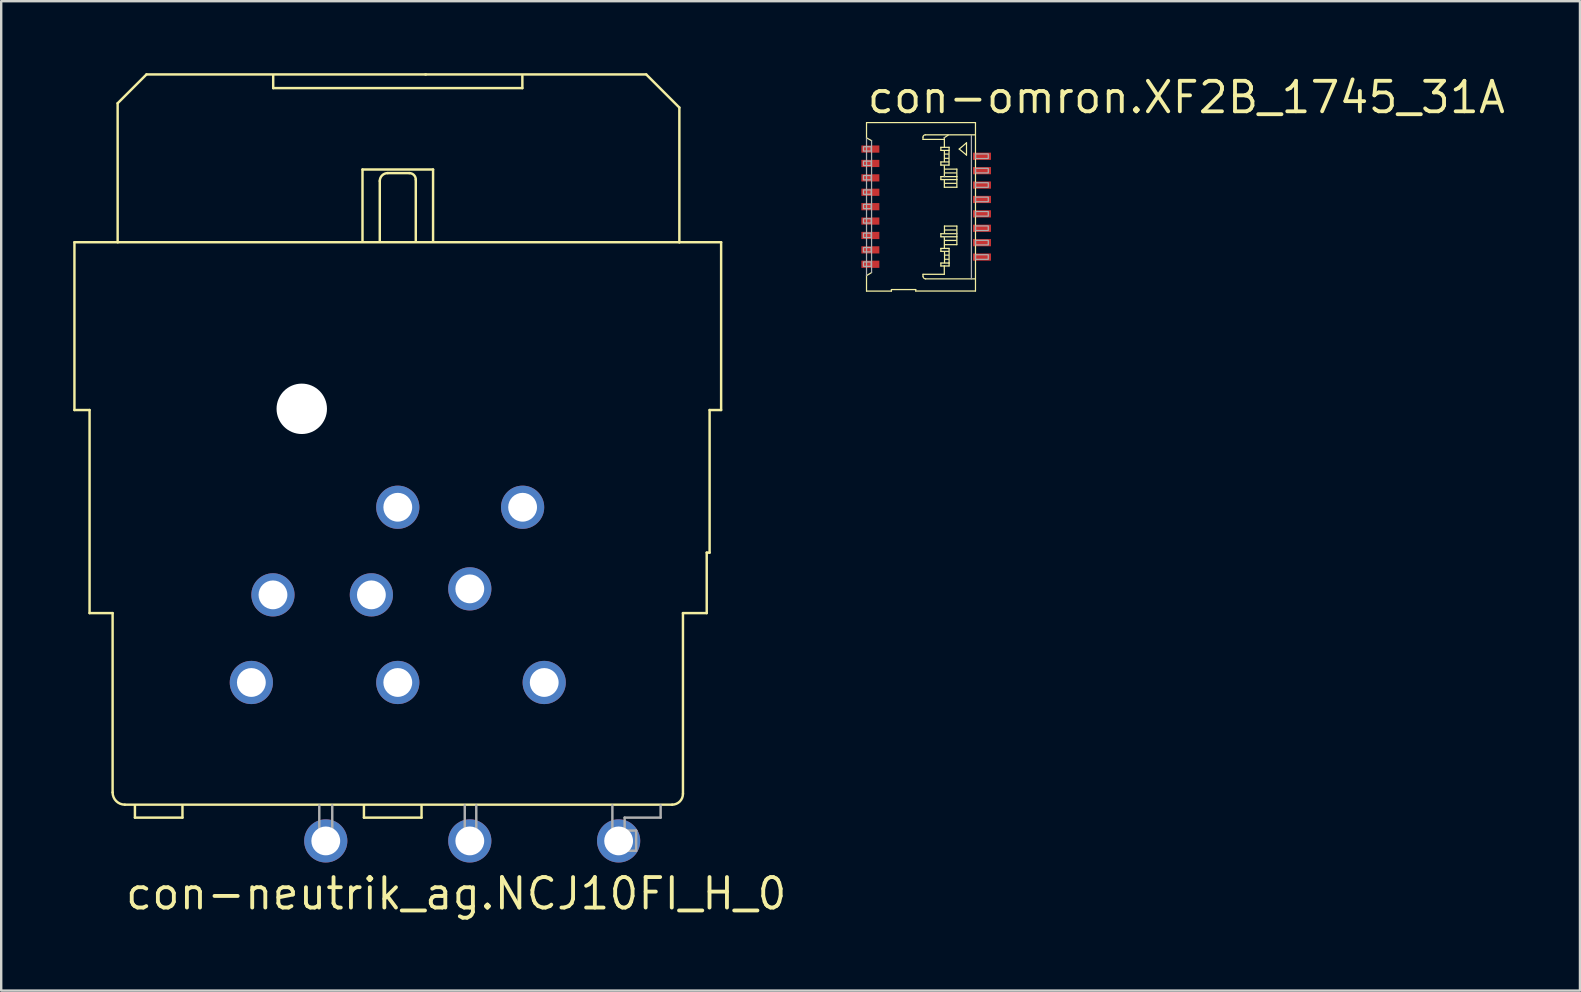
<source format=kicad_pcb>
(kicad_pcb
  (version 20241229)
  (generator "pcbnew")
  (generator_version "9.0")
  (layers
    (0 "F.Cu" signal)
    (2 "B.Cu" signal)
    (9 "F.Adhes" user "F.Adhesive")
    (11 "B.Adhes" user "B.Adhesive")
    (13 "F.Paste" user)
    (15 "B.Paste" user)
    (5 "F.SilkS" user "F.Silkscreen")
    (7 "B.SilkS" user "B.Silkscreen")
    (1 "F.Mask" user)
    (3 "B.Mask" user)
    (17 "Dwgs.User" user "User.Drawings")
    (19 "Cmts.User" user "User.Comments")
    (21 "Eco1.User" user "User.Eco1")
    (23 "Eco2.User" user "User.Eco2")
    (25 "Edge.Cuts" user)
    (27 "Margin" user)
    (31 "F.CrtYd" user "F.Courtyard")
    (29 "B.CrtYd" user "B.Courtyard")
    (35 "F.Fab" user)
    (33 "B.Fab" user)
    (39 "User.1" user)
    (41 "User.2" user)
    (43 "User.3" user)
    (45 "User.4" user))
  (footprint "con-neutrik_ag.NCJ10FI_H_0"
    (layer "F.Cu")
    (at 13.521 6.981)
    (property "Reference" "con-neutrik_ag.NCJ10FI_H_0" (at -11.43 27.94 0) (layer "F.SilkS") (effects (font (size 1.27 1.27) (thickness 0.16)) (justify left bottom)))
    (attr through_hole)
    (fp_line (start -13.47 0.06) (end -13.47 7.05) (stroke (width 0.102) (type default)) (layer "F.SilkS"))
    (fp_line (start -13.47 7.05) (end -12.84 7.05) (stroke (width 0.102) (type default)) (layer "F.SilkS"))
    (fp_line (start -12.84 7.05) (end -12.84 15.51) (stroke (width 0.102) (type default)) (layer "F.SilkS"))
    (fp_line (start -12.84 15.51) (end -11.88 15.51) (stroke (width 0.102) (type default)) (layer "F.SilkS"))
    (fp_line (start -11.88 15.51) (end -11.88 22.98) (stroke (width 0.102) (type default)) (layer "F.SilkS"))
    (fp_line (start -11.67 -5.73) (end -11.67 0.06) (stroke (width 0.102) (type default)) (layer "F.SilkS"))
    (fp_line (start -11.67 0.06) (end -13.47 0.06) (stroke (width 0.102) (type default)) (layer "F.SilkS"))
    (fp_line (start -11.37 23.49) (end 11.43 23.49) (stroke (width 0.102) (type default)) (layer "F.SilkS"))
    (fp_line (start -10.95 24.03) (end -10.95 23.52) (stroke (width 0.102) (type default)) (layer "F.SilkS"))
    (fp_line (start -10.47 -6.93) (end -11.67 -5.73) (stroke (width 0.102) (type default)) (layer "F.SilkS"))
    (fp_line (start -8.97 23.55) (end -8.97 24.03) (stroke (width 0.102) (type default)) (layer "F.SilkS"))
    (fp_line (start -8.97 24.03) (end -10.95 24.03) (stroke (width 0.102) (type default)) (layer "F.SilkS"))
    (fp_line (start -5.19 -6.9) (end -5.19 -6.36) (stroke (width 0.102) (type default)) (layer "F.SilkS"))
    (fp_line (start -5.19 -6.36) (end 5.19 -6.36) (stroke (width 0.102) (type default)) (layer "F.SilkS"))
    (fp_line (start -1.47 -2.97) (end -1.47 0.03) (stroke (width 0.102) (type default)) (layer "F.SilkS"))
    (fp_line (start -1.41 24.03) (end -1.41 23.52) (stroke (width 0.102) (type default)) (layer "F.SilkS"))
    (fp_line (start -0.75 -2.49) (end -0.75 0) (stroke (width 0.102) (type default)) (layer "F.SilkS"))
    (fp_line (start 0.48 -2.82) (end -0.42 -2.82) (stroke (width 0.102) (type default)) (layer "F.SilkS"))
    (fp_line (start 0.75 0) (end 0.75 -2.55) (stroke (width 0.102) (type default)) (layer "F.SilkS"))
    (fp_line (start 0.99 23.55) (end 0.99 24.03) (stroke (width 0.102) (type default)) (layer "F.SilkS"))
    (fp_line (start 0.99 24.03) (end -1.41 24.03) (stroke (width 0.102) (type default)) (layer "F.SilkS"))
    (fp_line (start 1.17 -6.93) (end -10.47 -6.93) (stroke (width 0.102) (type default)) (layer "F.SilkS"))
    (fp_line (start 1.47 -2.97) (end -1.47 -2.97) (stroke (width 0.102) (type default)) (layer "F.SilkS"))
    (fp_line (start 1.47 0.03) (end 1.47 -2.97) (stroke (width 0.102) (type default)) (layer "F.SilkS"))
    (fp_line (start 5.19 -6.36) (end 5.19 -6.87) (stroke (width 0.102) (type default)) (layer "F.SilkS"))
    (fp_line (start 10.35 -6.93) (end 1.15 -6.93) (stroke (width 0.102) (type default)) (layer "F.SilkS"))
    (fp_line (start 11.73 -5.55) (end 10.35 -6.93) (stroke (width 0.102) (type default)) (layer "F.SilkS"))
    (fp_line (start 11.73 0.06) (end -11.64 0.06) (stroke (width 0.102) (type default)) (layer "F.SilkS"))
    (fp_line (start 11.73 0.06) (end 11.73 -5.55) (stroke (width 0.102) (type default)) (layer "F.SilkS"))
    (fp_line (start 11.88 15.51) (end 12.87 15.51) (stroke (width 0.102) (type default)) (layer "F.SilkS"))
    (fp_line (start 11.88 23.04) (end 11.88 15.51) (stroke (width 0.102) (type default)) (layer "F.SilkS"))
    (fp_line (start 12.87 12.99) (end 12.99 12.99) (stroke (width 0.102) (type default)) (layer "F.SilkS"))
    (fp_line (start 12.87 15.51) (end 12.87 12.99) (stroke (width 0.102) (type default)) (layer "F.SilkS"))
    (fp_line (start 12.99 7.05) (end 13.47 7.05) (stroke (width 0.102) (type default)) (layer "F.SilkS"))
    (fp_line (start 12.99 12.99) (end 12.99 7.05) (stroke (width 0.102) (type default)) (layer "F.SilkS"))
    (fp_line (start 13.47 0.06) (end 11.73 0.06) (stroke (width 0.102) (type default)) (layer "F.SilkS"))
    (fp_line (start 13.47 7.05) (end 13.47 0.06) (stroke (width 0.102) (type default)) (layer "F.SilkS"))
    (fp_arc (start -11.37 23.49) (mid -11.730624 23.340624) (end -11.88 22.98) (stroke (width 0.1016) (type default)) (layer "F.SilkS"))
    (fp_arc (start -0.75 -2.49) (mid -0.653345 -2.723345) (end -0.42 -2.82) (stroke (width 0.1016) (type default)) (layer "F.SilkS"))
    (fp_arc (start 0.48 -2.82) (mid 0.670919 -2.740919) (end 0.75 -2.55) (stroke (width 0.1016) (type default)) (layer "F.SilkS"))
    (fp_arc (start 11.88 23.04) (mid 11.748198 23.358198) (end 11.43 23.49) (stroke (width 0.1016) (type default)) (layer "F.SilkS"))
    (fp_line (start -3.27 25.41) (end -3.27 23.52) (stroke (width 0.102) (type default)) (layer "F.Fab"))
    (fp_line (start -2.73 23.52) (end -2.73 25.41) (stroke (width 0.102) (type default)) (layer "F.Fab"))
    (fp_line (start -2.73 25.41) (end -3.27 25.41) (stroke (width 0.102) (type default)) (layer "F.Fab"))
    (fp_line (start 2.79 25.41) (end 2.79 23.52) (stroke (width 0.102) (type default)) (layer "F.Fab"))
    (fp_line (start 3.27 23.52) (end 3.27 25.41) (stroke (width 0.102) (type default)) (layer "F.Fab"))
    (fp_line (start 3.27 25.41) (end 2.79 25.41) (stroke (width 0.102) (type default)) (layer "F.Fab"))
    (fp_line (start 8.94 23.52) (end 8.94 25.41) (stroke (width 0.102) (type default)) (layer "F.Fab"))
    (fp_line (start 8.94 25.41) (end 9.93 25.41) (stroke (width 0.102) (type default)) (layer "F.Fab"))
    (fp_line (start 9.45 24.03) (end 10.95 24.03) (stroke (width 0.102) (type default)) (layer "F.Fab"))
    (fp_line (start 9.45 24.57) (end 9.45 24.03) (stroke (width 0.102) (type default)) (layer "F.Fab"))
    (fp_line (start 9.93 24.57) (end 9.45 24.57) (stroke (width 0.102) (type default)) (layer "F.Fab"))
    (fp_line (start 9.93 25.41) (end 9.93 24.57) (stroke (width 0.102) (type default)) (layer "F.Fab"))
    (fp_line (start 10.95 24.03) (end 10.95 23.52) (stroke (width 0.102) (type default)) (layer "F.Fab"))
    (pad "" np_thru_hole circle (at -4 7) (size 2.1 2.1) (drill 2.1) (layers "*.Cu" "*.Mask"))
    (pad "1" thru_hole circle (at -6.1 18.4) (size 1.8 1.8) (drill 1.2) (layers "*.Cu" "*.Mask"))
    (pad "2" thru_hole circle (at 6.1 18.4) (size 1.8 1.8) (drill 1.2) (layers "*.Cu" "*.Mask"))
    (pad "3" thru_hole circle (at 0 18.4) (size 1.8 1.8) (drill 1.2) (layers "*.Cu" "*.Mask"))
    (pad "G" thru_hole circle (at 0 11.1) (size 1.8 1.8) (drill 1.2) (layers "*.Cu" "*.Mask"))
    (pad "GN" thru_hole circle (at -1.1 14.75) (size 1.8 1.8) (drill 1.2) (layers "*.Cu" "*.Mask"))
    (pad "R" thru_hole circle (at -5.2 14.75) (size 1.8 1.8) (drill 1.2) (layers "*.Cu" "*.Mask"))
    (pad "RS" thru_hole circle (at -3 25) (size 1.8 1.8) (drill 1.2) (layers "*.Cu" "*.Mask"))
    (pad "S" thru_hole circle (at 5.2 11.1) (size 1.8 1.8) (drill 1.2) (layers "*.Cu" "*.Mask"))
    (pad "SS" thru_hole circle (at 3 14.5) (size 1.8 1.8) (drill 1.2) (layers "*.Cu" "*.Mask"))
    (pad "T" thru_hole circle (at 9.2 25) (size 1.8 1.8) (drill 1.2) (layers "*.Cu" "*.Mask"))
    (pad "TS" thru_hole circle (at 3 25) (size 1.8 1.8) (drill 1.2) (layers "*.Cu" "*.Mask")))
  (footprint "con-omron.XF2B_1745_31A"
    (layer "F.Cu")
    (at 35.533 5.56)
    (property "Reference" "con-omron.XF2B_1745_31A" (at -2.54 -3.81 0) (layer "F.SilkS") (effects (font (size 1.27 1.27) (thickness 0.16)) (justify left bottom)))
    (attr smd)
    (fp_line (start -2.485 -3.503) (end -2.485 -2.867) (stroke (width 0.051) (type default)) (layer "F.SilkS"))
    (fp_line (start -2.485 -2.867) (end -2.275 -2.75) (stroke (width 0.051) (type default)) (layer "F.SilkS"))
    (fp_line (start -2.485 2.871) (end -2.485 3.517) (stroke (width 0.051) (type default)) (layer "F.SilkS"))
    (fp_line (start -2.485 3.517) (end -1.448 3.517) (stroke (width 0.051) (type default)) (layer "F.SilkS"))
    (fp_line (start -2.275 2.745) (end -2.485 2.871) (stroke (width 0.051) (type default)) (layer "F.SilkS"))
    (fp_line (start -1.448 3.453) (end -0.435 3.453) (stroke (width 0.051) (type default)) (layer "F.SilkS"))
    (fp_line (start -1.448 3.517) (end -1.448 3.453) (stroke (width 0.051) (type default)) (layer "F.SilkS"))
    (fp_line (start -0.435 3.453) (end -0.435 3.514) (stroke (width 0.051) (type default)) (layer "F.SilkS"))
    (fp_line (start -0.435 3.514) (end 2.054 3.514) (stroke (width 0.051) (type default)) (layer "F.SilkS"))
    (fp_line (start -0.133 -2.898) (end -0.133 -2.803) (stroke (width 0.051) (type default)) (layer "F.SilkS"))
    (fp_line (start -0.133 -2.803) (end 0.755 -2.803) (stroke (width 0.051) (type default)) (layer "F.SilkS"))
    (fp_line (start -0.133 2.817) (end 0.755 2.817) (stroke (width 0.051) (type default)) (layer "F.SilkS"))
    (fp_line (start -0.133 2.898) (end -0.133 2.817) (stroke (width 0.051) (type default)) (layer "F.SilkS"))
    (fp_line (start 0.612 -2.473) (end 0.738 -2.473) (stroke (width 0.051) (type default)) (layer "F.SilkS"))
    (fp_line (start 0.612 -2.344) (end 0.612 -2.473) (stroke (width 0.051) (type default)) (layer "F.SilkS"))
    (fp_line (start 0.612 -1.864) (end 0.945 -1.864) (stroke (width 0.051) (type default)) (layer "F.SilkS"))
    (fp_line (start 0.612 -1.732) (end 0.612 -1.864) (stroke (width 0.051) (type default)) (layer "F.SilkS"))
    (fp_line (start 0.612 -1.252) (end 0.612 -1.13) (stroke (width 0.051) (type default)) (layer "F.SilkS"))
    (fp_line (start 0.612 -1.252) (end 1.278 -1.252) (stroke (width 0.051) (type default)) (layer "F.SilkS"))
    (fp_line (start 0.612 -1.13) (end 1.278 -1.13) (stroke (width 0.051) (type default)) (layer "F.SilkS"))
    (fp_line (start 0.612 1.127) (end 1.278 1.127) (stroke (width 0.051) (type default)) (layer "F.SilkS"))
    (fp_line (start 0.612 1.253) (end 0.612 1.127) (stroke (width 0.051) (type default)) (layer "F.SilkS"))
    (fp_line (start 0.612 1.739) (end 0.612 1.861) (stroke (width 0.051) (type default)) (layer "F.SilkS"))
    (fp_line (start 0.612 1.861) (end 0.938 1.861) (stroke (width 0.051) (type default)) (layer "F.SilkS"))
    (fp_line (start 0.612 2.348) (end 0.955 2.348) (stroke (width 0.051) (type default)) (layer "F.SilkS"))
    (fp_line (start 0.612 2.47) (end 0.612 2.348) (stroke (width 0.051) (type default)) (layer "F.SilkS"))
    (fp_line (start 0.755 -2.803) (end 0.755 -2.874) (stroke (width 0.051) (type default)) (layer "F.SilkS"))
    (fp_line (start 0.755 2.47) (end 0.612 2.47) (stroke (width 0.051) (type default)) (layer "F.SilkS"))
    (fp_line (start 0.755 2.817) (end 0.755 2.47) (stroke (width 0.051) (type default)) (layer "F.SilkS"))
    (fp_line (start 0.758 -2.874) (end 0.918 -2.983) (stroke (width 0.051) (type default)) (layer "F.SilkS"))
    (fp_line (start 0.758 -2.796) (end 0.758 -2.473) (stroke (width 0.051) (type default)) (layer "F.SilkS"))
    (fp_line (start 0.758 -2.473) (end 0.955 -2.473) (stroke (width 0.051) (type default)) (layer "F.SilkS"))
    (fp_line (start 0.758 -2.316) (end 0.758 -1.874) (stroke (width 0.051) (type default)) (layer "F.SilkS"))
    (fp_line (start 0.758 -1.708) (end 0.758 -1.252) (stroke (width 0.051) (type default)) (layer "F.SilkS"))
    (fp_line (start 0.758 -0.81) (end 0.758 -1.106) (stroke (width 0.051) (type default)) (layer "F.SilkS"))
    (fp_line (start 0.758 1.253) (end 1.278 1.253) (stroke (width 0.051) (type default)) (layer "F.SilkS"))
    (fp_line (start 0.758 1.712) (end 0.758 1.253) (stroke (width 0.051) (type default)) (layer "F.SilkS"))
    (fp_line (start 0.762 0.807) (end 0.762 1.103) (stroke (width 0.051) (type default)) (layer "F.SilkS"))
    (fp_line (start 0.762 1.253) (end 0.612 1.253) (stroke (width 0.051) (type default)) (layer "F.SilkS"))
    (fp_line (start 0.765 1.889) (end 0.765 2.337) (stroke (width 0.051) (type default)) (layer "F.SilkS"))
    (fp_line (start 0.785 -2.191) (end 0.925 -2.191) (stroke (width 0.051) (type default)) (layer "F.SilkS"))
    (fp_line (start 0.785 -2.014) (end 0.928 -2.014) (stroke (width 0.051) (type default)) (layer "F.SilkS"))
    (fp_line (start 0.785 -1.405) (end 1.255 -1.405) (stroke (width 0.051) (type default)) (layer "F.SilkS"))
    (fp_line (start 0.785 -0.973) (end 1.251 -0.973) (stroke (width 0.051) (type default)) (layer "F.SilkS"))
    (fp_line (start 0.785 1.406) (end 1.251 1.406) (stroke (width 0.051) (type default)) (layer "F.SilkS"))
    (fp_line (start 0.789 0.971) (end 1.255 0.971) (stroke (width 0.051) (type default)) (layer "F.SilkS"))
    (fp_line (start 0.789 2.191) (end 0.932 2.191) (stroke (width 0.051) (type default)) (layer "F.SilkS"))
    (fp_line (start 0.792 2.018) (end 0.932 2.018) (stroke (width 0.051) (type default)) (layer "F.SilkS"))
    (fp_line (start 0.952 -2.316) (end 0.952 -1.732) (stroke (width 0.051) (type default)) (layer "F.SilkS"))
    (fp_line (start 0.952 -1.732) (end 0.612 -1.732) (stroke (width 0.051) (type default)) (layer "F.SilkS"))
    (fp_line (start 0.955 -2.473) (end 0.955 -2.344) (stroke (width 0.051) (type default)) (layer "F.SilkS"))
    (fp_line (start 0.955 -2.344) (end 0.612 -2.344) (stroke (width 0.051) (type default)) (layer "F.SilkS"))
    (fp_line (start 0.955 1.739) (end 0.612 1.739) (stroke (width 0.051) (type default)) (layer "F.SilkS"))
    (fp_line (start 0.955 2.348) (end 0.955 1.739) (stroke (width 0.051) (type default)) (layer "F.SilkS"))
    (fp_line (start 0.955 2.348) (end 0.955 2.47) (stroke (width 0.051) (type default)) (layer "F.SilkS"))
    (fp_line (start 0.955 2.47) (end 0.755 2.47) (stroke (width 0.051) (type default)) (layer "F.SilkS"))
    (fp_line (start 1.278 -1.565) (end 0.782 -1.565) (stroke (width 0.051) (type default)) (layer "F.SilkS"))
    (fp_line (start 1.278 -1.252) (end 1.278 -1.565) (stroke (width 0.051) (type default)) (layer "F.SilkS"))
    (fp_line (start 1.278 -1.13) (end 1.278 -1.249) (stroke (width 0.051) (type default)) (layer "F.SilkS"))
    (fp_line (start 1.278 -1.123) (end 1.278 -0.81) (stroke (width 0.051) (type default)) (layer "F.SilkS"))
    (fp_line (start 1.278 -0.81) (end 0.758 -0.81) (stroke (width 0.051) (type default)) (layer "F.SilkS"))
    (fp_line (start 1.278 0.807) (end 0.762 0.807) (stroke (width 0.051) (type default)) (layer "F.SilkS"))
    (fp_line (start 1.278 1.236) (end 1.278 0.807) (stroke (width 0.051) (type default)) (layer "F.SilkS"))
    (fp_line (start 1.278 1.253) (end 1.278 1.583) (stroke (width 0.051) (type default)) (layer "F.SilkS"))
    (fp_line (start 1.278 1.583) (end 0.785 1.583) (stroke (width 0.051) (type default)) (layer "F.SilkS"))
    (fp_line (start 1.377 -2.401) (end 1.68 -2.66) (stroke (width 0.051) (type default)) (layer "F.SilkS"))
    (fp_line (start 1.68 -2.66) (end 1.68 -2.15) (stroke (width 0.051) (type default)) (layer "F.SilkS"))
    (fp_line (start 1.68 -2.15) (end 1.377 -2.401) (stroke (width 0.051) (type default)) (layer "F.SilkS"))
    (fp_line (start 2.026 3.007) (end -0.024 3.007) (stroke (width 0.051) (type default)) (layer "F.SilkS"))
    (fp_line (start 2.03 -2.993) (end -0.037 -2.993) (stroke (width 0.051) (type default)) (layer "F.SilkS"))
    (fp_line (start 2.054 -3.503) (end -2.485 -3.503) (stroke (width 0.051) (type default)) (layer "F.SilkS"))
    (fp_line (start 2.054 3.514) (end 2.054 -3.503) (stroke (width 0.051) (type default)) (layer "F.SilkS"))
    (fp_arc (start -0.1326 -2.8978) (mid -0.104717 -2.965117) (end -0.0374 -2.993) (stroke (width 0.0508) (type default)) (layer "F.SilkS"))
    (fp_arc (start -0.0238 3.0072) (mid -0.100733 2.975333) (end -0.1326 2.8984) (stroke (width 0.0508) (type default)) (layer "F.SilkS"))
    (fp_line (start -2.485 -2.86) (end -2.485 2.871) (stroke (width 0.051) (type default)) (layer "F.Fab"))
    (fp_line (start -2.275 -2.75) (end -2.275 2.74) (stroke (width 0.051) (type default)) (layer "F.Fab"))
    (fp_line (start 0.755 -2.874) (end 0.758 -2.874) (stroke (width 0.051) (type default)) (layer "F.Fab"))
    (fp_line (start 0.758 -1.252) (end 0.762 -1.252) (stroke (width 0.051) (type default)) (layer "F.Fab"))
    (fp_line (start 0.762 1.26) (end 0.762 1.253) (stroke (width 0.051) (type default)) (layer "F.Fab"))
    (fp_line (start 1.278 1.127) (end 1.278 1.13) (stroke (width 0.051) (type default)) (layer "F.Fab"))
    (fp_line (start 1.884 3.007) (end 1.884 -2.971) (stroke (width 0.051) (type default)) (layer "F.Fab"))
    (fp_rect (start -2.611 -2.316) (end -2.292 -2.497) (stroke (width 0.05) (type default)) (fill no) (layer "F.Fab"))
    (fp_rect (start -2.611 -1.716) (end -2.292 -1.897) (stroke (width 0.05) (type default)) (fill no) (layer "F.Fab"))
    (fp_rect (start -2.611 -1.116) (end -2.292 -1.297) (stroke (width 0.05) (type default)) (fill no) (layer "F.Fab"))
    (fp_rect (start -2.611 -0.516) (end -2.292 -0.697) (stroke (width 0.05) (type default)) (fill no) (layer "F.Fab"))
    (fp_rect (start -2.611 0.084) (end -2.292 -0.097) (stroke (width 0.05) (type default)) (fill no) (layer "F.Fab"))
    (fp_rect (start -2.611 0.684) (end -2.292 0.503) (stroke (width 0.05) (type default)) (fill no) (layer "F.Fab"))
    (fp_rect (start -2.611 1.284) (end -2.292 1.103) (stroke (width 0.05) (type default)) (fill no) (layer "F.Fab"))
    (fp_rect (start -2.611 1.884) (end -2.292 1.703) (stroke (width 0.05) (type default)) (fill no) (layer "F.Fab"))
    (fp_rect (start -2.611 2.484) (end -2.292 2.303) (stroke (width 0.05) (type default)) (fill no) (layer "F.Fab"))
    (fp_rect (start 2.054 -2.007) (end 2.587 -2.197) (stroke (width 0.05) (type default)) (fill no) (layer "F.Fab"))
    (fp_rect (start 2.054 -1.407) (end 2.587 -1.597) (stroke (width 0.05) (type default)) (fill no) (layer "F.Fab"))
    (fp_rect (start 2.054 -0.807) (end 2.587 -0.997) (stroke (width 0.05) (type default)) (fill no) (layer "F.Fab"))
    (fp_rect (start 2.054 -0.207) (end 2.587 -0.397) (stroke (width 0.05) (type default)) (fill no) (layer "F.Fab"))
    (fp_rect (start 2.054 0.393) (end 2.587 0.203) (stroke (width 0.05) (type default)) (fill no) (layer "F.Fab"))
    (fp_rect (start 2.054 0.993) (end 2.587 0.803) (stroke (width 0.05) (type default)) (fill no) (layer "F.Fab"))
    (fp_rect (start 2.054 1.593) (end 2.587 1.403) (stroke (width 0.05) (type default)) (fill no) (layer "F.Fab"))
    (fp_rect (start 2.054 2.193) (end 2.587 2.003) (stroke (width 0.05) (type default)) (fill no) (layer "F.Fab"))
    (pad "1" smd roundrect (at -2.325 -2.4) (size 0.75 0.3) (layers "F.Cu" "F.Mask" "F.Paste") (roundrect_rratio 0.01))
    (pad "2" smd roundrect (at -2.325 -1.8) (size 0.75 0.3) (layers "F.Cu" "F.Mask" "F.Paste") (roundrect_rratio 0.01))
    (pad "3" smd roundrect (at -2.325 -1.2) (size 0.75 0.3) (layers "F.Cu" "F.Mask" "F.Paste") (roundrect_rratio 0.01))
    (pad "4" smd roundrect (at -2.325 -0.6) (size 0.75 0.3) (layers "F.Cu" "F.Mask" "F.Paste") (roundrect_rratio 0.01))
    (pad "5" smd roundrect (at -2.325 0) (size 0.75 0.3) (layers "F.Cu" "F.Mask" "F.Paste") (roundrect_rratio 0.01))
    (pad "6" smd roundrect (at -2.325 0.6) (size 0.75 0.3) (layers "F.Cu" "F.Mask" "F.Paste") (roundrect_rratio 0.01))
    (pad "7" smd roundrect (at -2.325 1.2) (size 0.75 0.3) (layers "F.Cu" "F.Mask" "F.Paste") (roundrect_rratio 0.01))
    (pad "8" smd roundrect (at -2.325 1.8) (size 0.75 0.3) (layers "F.Cu" "F.Mask" "F.Paste") (roundrect_rratio 0.01))
    (pad "9" smd roundrect (at -2.325 2.4) (size 0.75 0.3) (layers "F.Cu" "F.Mask" "F.Paste") (roundrect_rratio 0.01))
    (pad "10" smd roundrect (at 2.325 -2.1) (size 0.75 0.3) (layers "F.Cu" "F.Mask" "F.Paste") (roundrect_rratio 0.01))
    (pad "11" smd roundrect (at 2.325 -1.5) (size 0.75 0.3) (layers "F.Cu" "F.Mask" "F.Paste") (roundrect_rratio 0.01))
    (pad "12" smd roundrect (at 2.325 -0.9) (size 0.75 0.3) (layers "F.Cu" "F.Mask" "F.Paste") (roundrect_rratio 0.01))
    (pad "13" smd roundrect (at 2.325 -0.3) (size 0.75 0.3) (layers "F.Cu" "F.Mask" "F.Paste") (roundrect_rratio 0.01))
    (pad "14" smd roundrect (at 2.325 0.3) (size 0.75 0.3) (layers "F.Cu" "F.Mask" "F.Paste") (roundrect_rratio 0.01))
    (pad "15" smd roundrect (at 2.325 0.9) (size 0.75 0.3) (layers "F.Cu" "F.Mask" "F.Paste") (roundrect_rratio 0.01))
    (pad "16" smd roundrect (at 2.325 1.5) (size 0.75 0.3) (layers "F.Cu" "F.Mask" "F.Paste") (roundrect_rratio 0.01))
    (pad "17" smd roundrect (at 2.325 2.1) (size 0.75 0.3) (layers "F.Cu" "F.Mask" "F.Paste") (roundrect_rratio 0.01)))
  (gr_rect
    (start -3 -3)
    (end 62.769 38.218)
    (stroke (width 0.1) (type default))
    (fill no)
    (layer "Edge.Cuts")))
</source>
